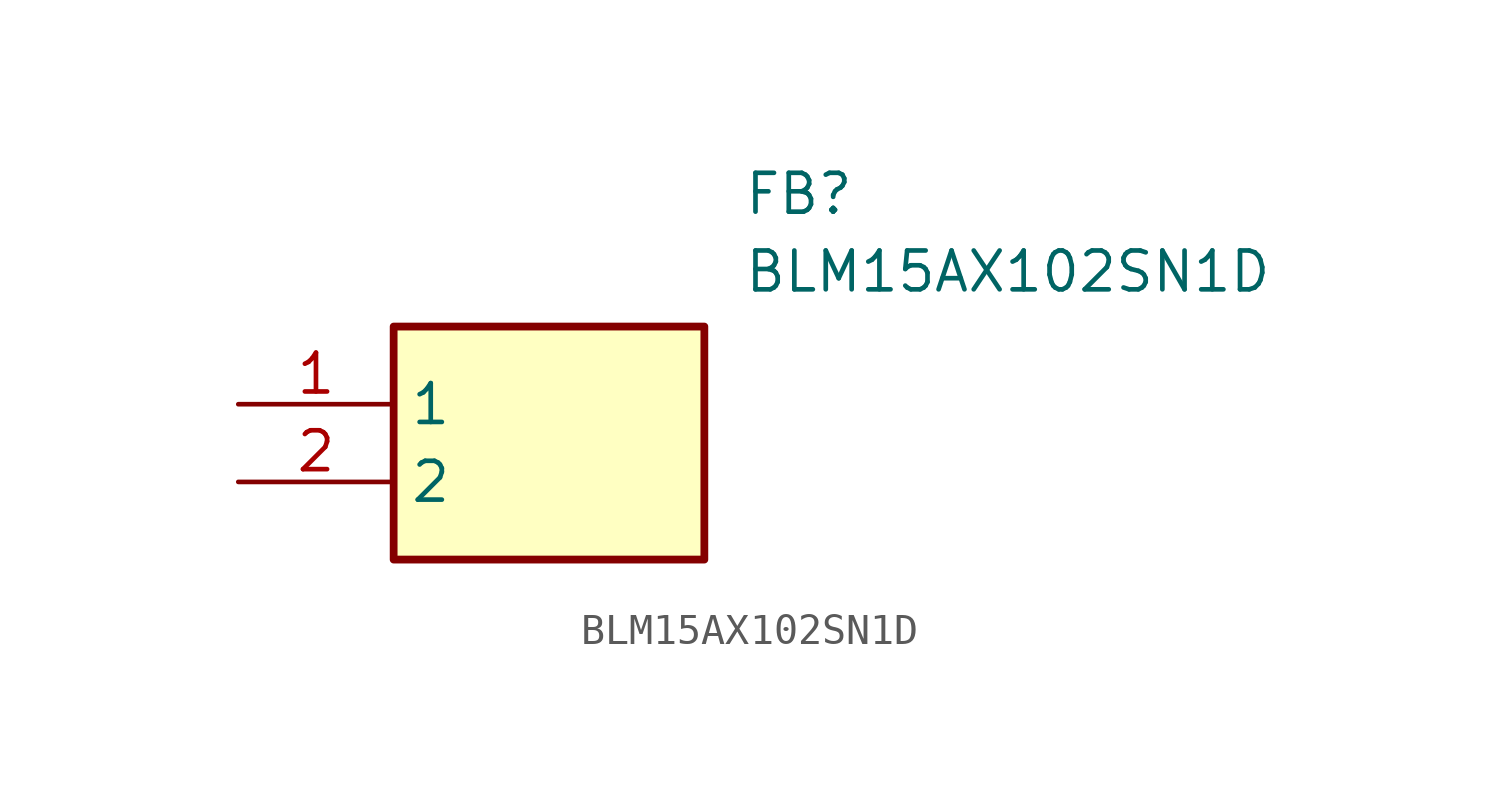
<source format=kicad_sym>
(kicad_symbol_lib
  (version 20211014)
  (generator SamacSys_ECAD_Model)
  (symbol "BLM15AX102SN1D"
    (property "Reference" "FB"
      (at 16.51 7.62 0)
      (effects (font (size 1.27 1.27)) (justify left top)))
    (property "Value" "BLM15AX102SN1D"
      (at 16.51 5.08 0)
      (effects (font (size 1.27 1.27)) (justify left top)))
    (rectangle
      (start 5.08 2.54)
      (end 15.24 -5.08)
      (stroke (width 0.254) (type default))
      (fill (type background)))
    (pin passive line
      (at 0 0 0)
      (length 5.08)
      (name "1" (effects (font (size 1.27 1.27))))
      (number "1" (effects (font (size 1.27 1.27)))))
    (pin passive line
      (at 0 -2.54 0)
      (length 5.08)
      (name "2" (effects (font (size 1.27 1.27))))
      (number "2" (effects (font (size 1.27 1.27)))))))
</source>
